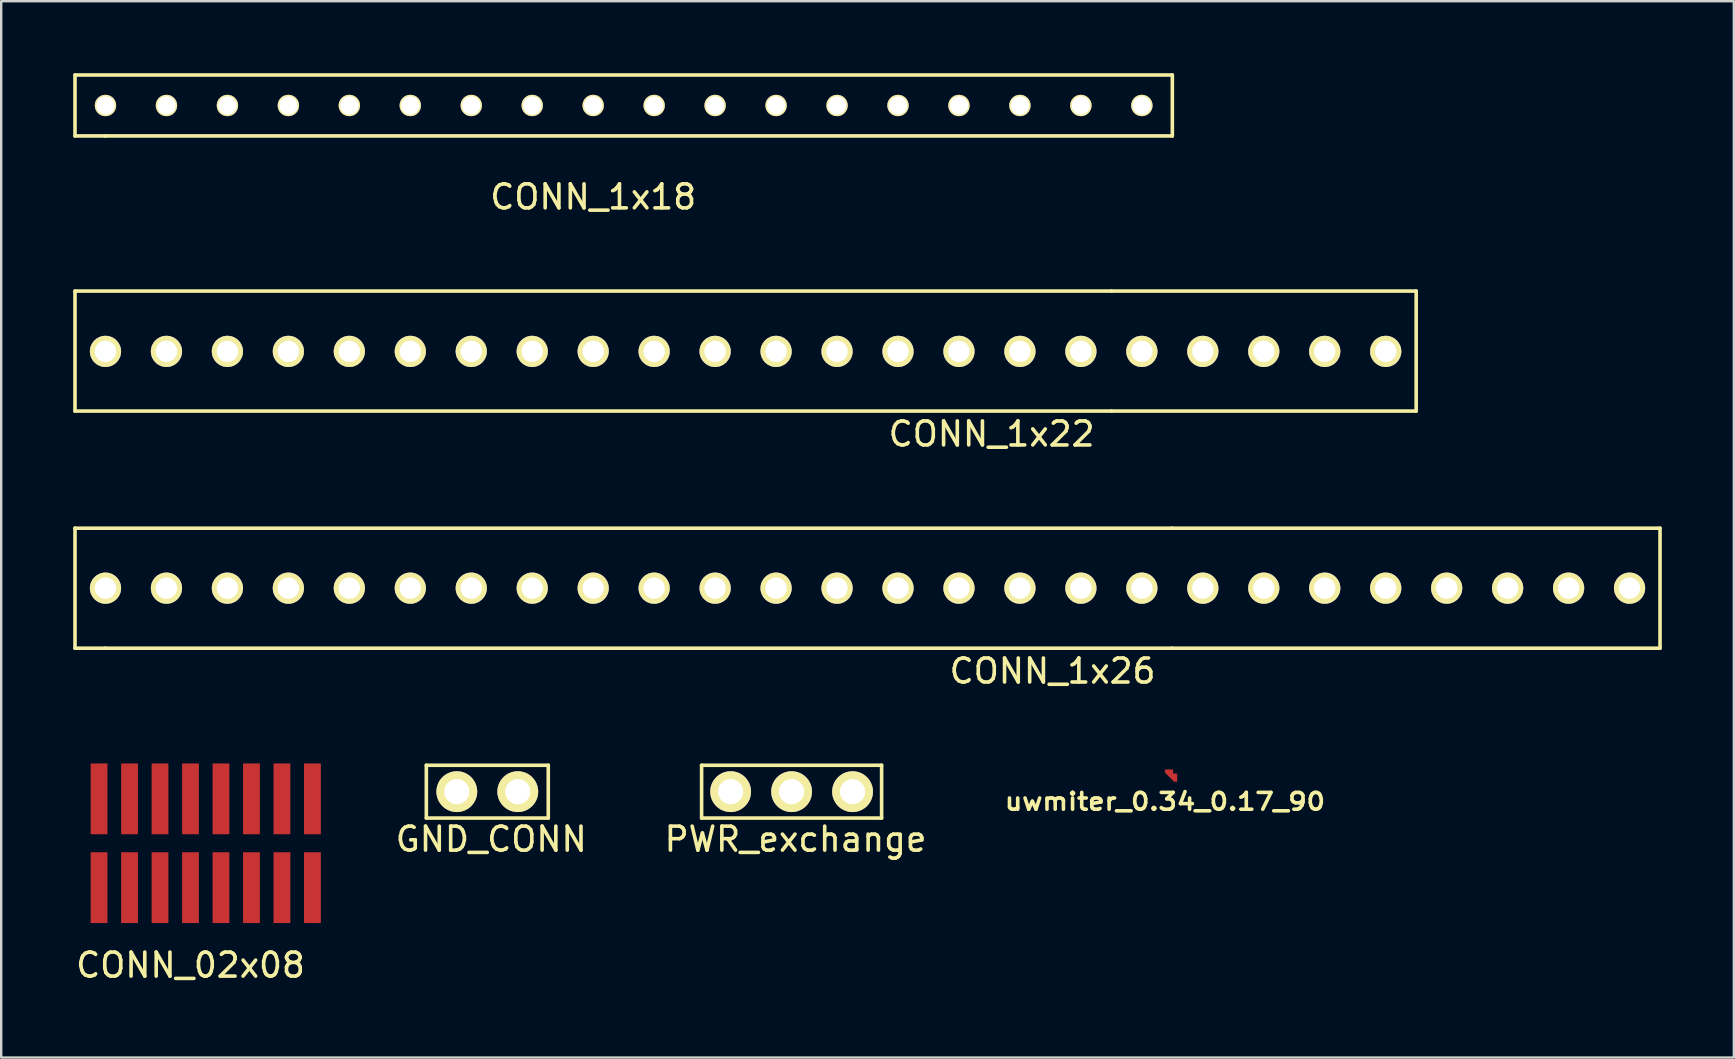
<source format=kicad_pcb>
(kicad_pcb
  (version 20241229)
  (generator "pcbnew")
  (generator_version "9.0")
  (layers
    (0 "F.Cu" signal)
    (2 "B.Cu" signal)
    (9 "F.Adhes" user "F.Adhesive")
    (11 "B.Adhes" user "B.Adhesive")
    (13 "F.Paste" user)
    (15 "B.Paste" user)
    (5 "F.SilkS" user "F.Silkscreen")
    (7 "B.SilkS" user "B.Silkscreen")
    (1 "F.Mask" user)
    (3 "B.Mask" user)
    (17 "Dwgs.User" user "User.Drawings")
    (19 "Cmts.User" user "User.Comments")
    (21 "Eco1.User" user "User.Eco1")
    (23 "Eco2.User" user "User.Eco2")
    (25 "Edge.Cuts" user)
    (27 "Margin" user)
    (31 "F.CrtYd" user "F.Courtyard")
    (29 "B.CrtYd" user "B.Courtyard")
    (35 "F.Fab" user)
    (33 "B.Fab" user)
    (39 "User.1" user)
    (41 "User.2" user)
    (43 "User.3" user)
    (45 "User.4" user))
  (footprint "PWR_exchange"
    (layer "F.Cu")
    (at 29.932 29.934)
    (property "Reference" "PWR_exchange" (at 0.165 1.981 0) (layer "F.SilkS") (effects (font (size 1 1) (thickness 0.15))))
    (attr through_hole)
    (fp_line (start -3.75 -1.1) (end 3.75 -1.1) (stroke (width 0.15) (type solid)) (layer "F.SilkS"))
    (fp_line (start -3.75 1.1) (end -3.75 -1.1) (stroke (width 0.15) (type solid)) (layer "F.SilkS"))
    (fp_line (start 3.75 -1.1) (end 3.75 1.1) (stroke (width 0.15) (type solid)) (layer "F.SilkS"))
    (fp_line (start 3.75 1.1) (end -3.75 1.1) (stroke (width 0.15) (type solid)) (layer "F.SilkS"))
    (pad "1" thru_hole circle (at -2.54 0) (size 1.7 1.7) (drill 1.05) (layers "*.Cu" "*.Mask" "F.SilkS"))
    (pad "2" thru_hole circle (at 0 0) (size 1.7 1.7) (drill 1.05) (layers "*.Cu" "*.Mask" "F.SilkS"))
    (pad "3" thru_hole circle (at 2.54 0) (size 1.7 1.7) (drill 1.05) (layers "*.Cu" "*.Mask" "F.SilkS")))
  (footprint "CONN_1x26"
    (layer "F.Cu")
    (at 30.555 21.456)
    (property "Reference" "CONN_1x26" (at 10.249 3.454 0) (layer "F.SilkS") (effects (font (size 1 1) (thickness 0.15))))
    (attr through_hole)
    (fp_line (start -30.48 -2.5) (end -30.48 2.5) (stroke (width 0.15) (type solid)) (layer "F.SilkS"))
    (fp_line (start -30.48 2.5) (end -29.21 2.5) (stroke (width 0.15) (type solid)) (layer "F.SilkS"))
    (fp_line (start -29.21 2.5) (end 15.24 2.5) (stroke (width 0.15) (type solid)) (layer "F.SilkS"))
    (fp_line (start 15.24 -2.5) (end -30.48 -2.5) (stroke (width 0.15) (type solid)) (layer "F.SilkS"))
    (fp_line (start 15.24 -2.5) (end 35.56 -2.5) (stroke (width 0.15) (type solid)) (layer "F.SilkS"))
    (fp_line (start 35.56 2.5) (end 15.24 2.5) (stroke (width 0.15) (type solid)) (layer "F.SilkS"))
    (fp_line (start 35.56 2.5) (end 35.56 -2.5) (stroke (width 0.15) (type solid)) (layer "F.SilkS"))
    (pad "1" thru_hole circle (at -29.21 0) (size 1.3 1.3) (drill 0.89) (layers "*.Cu" "*.Mask" "F.SilkS"))
    (pad "2" thru_hole circle (at -26.67 0) (size 1.3 1.3) (drill 0.89) (layers "*.Cu" "*.Mask" "F.SilkS"))
    (pad "3" thru_hole circle (at -24.13 0) (size 1.3 1.3) (drill 0.89) (layers "*.Cu" "*.Mask" "F.SilkS"))
    (pad "4" thru_hole circle (at -21.59 0) (size 1.3 1.3) (drill 0.89) (layers "*.Cu" "*.Mask" "F.SilkS"))
    (pad "5" thru_hole circle (at -19.05 0) (size 1.3 1.3) (drill 0.89) (layers "*.Cu" "*.Mask" "F.SilkS"))
    (pad "6" thru_hole circle (at -16.51 0) (size 1.3 1.3) (drill 0.89) (layers "*.Cu" "*.Mask" "F.SilkS"))
    (pad "7" thru_hole circle (at -13.97 0) (size 1.3 1.3) (drill 0.89) (layers "*.Cu" "*.Mask" "F.SilkS"))
    (pad "8" thru_hole circle (at -11.43 0) (size 1.3 1.3) (drill 0.89) (layers "*.Cu" "*.Mask" "F.SilkS"))
    (pad "9" thru_hole circle (at -8.89 0) (size 1.3 1.3) (drill 0.89) (layers "*.Cu" "*.Mask" "F.SilkS"))
    (pad "10" thru_hole circle (at -6.35 0) (size 1.3 1.3) (drill 0.89) (layers "*.Cu" "*.Mask" "F.SilkS"))
    (pad "11" thru_hole circle (at -3.81 0) (size 1.3 1.3) (drill 0.89) (layers "*.Cu" "*.Mask" "F.SilkS"))
    (pad "12" thru_hole circle (at -1.27 0) (size 1.3 1.3) (drill 0.89) (layers "*.Cu" "*.Mask" "F.SilkS"))
    (pad "13" thru_hole circle (at 1.27 0) (size 1.3 1.3) (drill 0.89) (layers "*.Cu" "*.Mask" "F.SilkS"))
    (pad "14" thru_hole circle (at 3.81 0) (size 1.3 1.3) (drill 0.89) (layers "*.Cu" "*.Mask" "F.SilkS"))
    (pad "15" thru_hole circle (at 6.35 0) (size 1.3 1.3) (drill 0.89) (layers "*.Cu" "*.Mask" "F.SilkS"))
    (pad "16" thru_hole circle (at 8.89 0) (size 1.3 1.3) (drill 0.89) (layers "*.Cu" "*.Mask" "F.SilkS"))
    (pad "17" thru_hole circle (at 11.43 0) (size 1.3 1.3) (drill 0.89) (layers "*.Cu" "*.Mask" "F.SilkS"))
    (pad "18" thru_hole circle (at 13.97 0) (size 1.3 1.3) (drill 0.89) (layers "*.Cu" "*.Mask" "F.SilkS"))
    (pad "19" thru_hole circle (at 16.51 0) (size 1.3 1.3) (drill 0.89) (layers "*.Cu" "*.Mask" "F.SilkS"))
    (pad "20" thru_hole circle (at 19.05 0) (size 1.3 1.3) (drill 0.89) (layers "*.Cu" "*.Mask" "F.SilkS"))
    (pad "21" thru_hole circle (at 21.59 0) (size 1.3 1.3) (drill 0.89) (layers "*.Cu" "*.Mask" "F.SilkS"))
    (pad "22" thru_hole circle (at 24.13 0) (size 1.3 1.3) (drill 0.89) (layers "*.Cu" "*.Mask" "F.SilkS"))
    (pad "23" thru_hole circle (at 26.67 0) (size 1.3 1.3) (drill 0.89) (layers "*.Cu" "*.Mask" "F.SilkS"))
    (pad "24" thru_hole circle (at 29.21 0) (size 1.3 1.3) (drill 0.89) (layers "*.Cu" "*.Mask" "F.SilkS"))
    (pad "25" thru_hole circle (at 31.75 0) (size 1.3 1.3) (drill 0.89) (layers "*.Cu" "*.Mask" "F.SilkS"))
    (pad "26" thru_hole circle (at 34.29 0) (size 1.3 1.3) (drill 0.89) (layers "*.Cu" "*.Mask" "F.SilkS")))
  (footprint "CONN_1x22"
    (layer "F.Cu")
    (at 28.015 11.578)
    (property "Reference" "CONN_1x22" (at 10.249 3.454 0) (layer "F.SilkS") (effects (font (size 1 1) (thickness 0.15))))
    (attr through_hole)
    (fp_line (start -27.94 -2.5) (end -27.94 2.5) (stroke (width 0.15) (type solid)) (layer "F.SilkS"))
    (fp_line (start -27.94 2.5) (end 15.24 2.5) (stroke (width 0.15) (type solid)) (layer "F.SilkS"))
    (fp_line (start 15.24 -2.5) (end -27.94 -2.5) (stroke (width 0.15) (type solid)) (layer "F.SilkS"))
    (fp_line (start 15.24 -2.5) (end 27.94 -2.5) (stroke (width 0.15) (type solid)) (layer "F.SilkS"))
    (fp_line (start 27.94 2.5) (end 15.24 2.5) (stroke (width 0.15) (type solid)) (layer "F.SilkS"))
    (fp_line (start 27.94 2.5) (end 27.94 -2.5) (stroke (width 0.15) (type solid)) (layer "F.SilkS"))
    (pad "1" thru_hole circle (at -26.67 0.013) (size 1.3 1.3) (drill 0.89) (layers "*.Cu" "*.Mask" "F.SilkS"))
    (pad "2" thru_hole circle (at -24.13 0.013) (size 1.3 1.3) (drill 0.89) (layers "*.Cu" "*.Mask" "F.SilkS"))
    (pad "3" thru_hole circle (at -21.59 0.013) (size 1.3 1.3) (drill 0.89) (layers "*.Cu" "*.Mask" "F.SilkS"))
    (pad "4" thru_hole circle (at -19.05 0.013) (size 1.3 1.3) (drill 0.89) (layers "*.Cu" "*.Mask" "F.SilkS"))
    (pad "5" thru_hole circle (at -16.51 0.013) (size 1.3 1.3) (drill 0.89) (layers "*.Cu" "*.Mask" "F.SilkS"))
    (pad "6" thru_hole circle (at -13.97 0.013) (size 1.3 1.3) (drill 0.89) (layers "*.Cu" "*.Mask" "F.SilkS"))
    (pad "7" thru_hole circle (at -11.43 0.013) (size 1.3 1.3) (drill 0.89) (layers "*.Cu" "*.Mask" "F.SilkS"))
    (pad "8" thru_hole circle (at -8.89 0.013) (size 1.3 1.3) (drill 0.89) (layers "*.Cu" "*.Mask" "F.SilkS"))
    (pad "9" thru_hole circle (at -6.35 0.013) (size 1.3 1.3) (drill 0.89) (layers "*.Cu" "*.Mask" "F.SilkS"))
    (pad "10" thru_hole circle (at -3.81 0.013) (size 1.3 1.3) (drill 0.89) (layers "*.Cu" "*.Mask" "F.SilkS"))
    (pad "11" thru_hole circle (at -1.27 0.013) (size 1.3 1.3) (drill 0.89) (layers "*.Cu" "*.Mask" "F.SilkS"))
    (pad "12" thru_hole circle (at 1.27 0.013) (size 1.3 1.3) (drill 0.89) (layers "*.Cu" "*.Mask" "F.SilkS"))
    (pad "13" thru_hole circle (at 3.81 0.013) (size 1.3 1.3) (drill 0.89) (layers "*.Cu" "*.Mask" "F.SilkS"))
    (pad "14" thru_hole circle (at 6.35 0.013) (size 1.3 1.3) (drill 0.89) (layers "*.Cu" "*.Mask" "F.SilkS"))
    (pad "15" thru_hole circle (at 8.89 0.013) (size 1.3 1.3) (drill 0.89) (layers "*.Cu" "*.Mask" "F.SilkS"))
    (pad "16" thru_hole circle (at 11.43 0.013) (size 1.3 1.3) (drill 0.89) (layers "*.Cu" "*.Mask" "F.SilkS"))
    (pad "17" thru_hole circle (at 13.97 0.013) (size 1.3 1.3) (drill 0.89) (layers "*.Cu" "*.Mask" "F.SilkS"))
    (pad "18" thru_hole circle (at 16.51 0.013) (size 1.3 1.3) (drill 0.89) (layers "*.Cu" "*.Mask" "F.SilkS"))
    (pad "19" thru_hole circle (at 19.05 0.013) (size 1.3 1.3) (drill 0.89) (layers "*.Cu" "*.Mask" "F.SilkS"))
    (pad "20" thru_hole circle (at 21.59 0.013) (size 1.3 1.3) (drill 0.89) (layers "*.Cu" "*.Mask" "F.SilkS"))
    (pad "21" thru_hole circle (at 24.13 0.013) (size 1.3 1.3) (drill 0.89) (layers "*.Cu" "*.Mask" "F.SilkS"))
    (pad "22" thru_hole circle (at 26.67 0.013) (size 1.3 1.3) (drill 0.89) (layers "*.Cu" "*.Mask" "F.SilkS")))
  (footprint "uwmiter_0.34_0.17_90"
    (layer "F.Cu")
    (at 45.486 29.009)
    (property "Reference" "uwmiter_0.34_0.17_90" (at 0 1.34 0) (layer "F.SilkS") (effects (font (size 0.7 0.8) (thickness 0.15))))
    (attr through_hole)
    (fp_poly (pts (xy 0 0) (xy 0.34 0) (xy 0.34 0.17) (xy 0.51 0.17) (xy 0.51 0.51) (xy 0.381 0.51) (xy 0 0.129) (xy 0 0)) (stroke (width 0) (type solid)) (fill yes) (layer "F.Cu")))
  (footprint "GND_CONN"
    (layer "F.Cu")
    (at 17.253 29.934)
    (property "Reference" "GND_CONN" (at 0.165 1.981 0) (layer "F.SilkS") (effects (font (size 1 1) (thickness 0.15))))
    (attr through_hole)
    (fp_line (start -2.54 -1.1) (end 2.54 -1.1) (stroke (width 0.15) (type solid)) (layer "F.SilkS"))
    (fp_line (start -2.54 1.1) (end -2.54 -1.1) (stroke (width 0.15) (type solid)) (layer "F.SilkS"))
    (fp_line (start 2.54 -1.1) (end 2.54 1.1) (stroke (width 0.15) (type solid)) (layer "F.SilkS"))
    (fp_line (start 2.54 1.1) (end -2.54 1.1) (stroke (width 0.15) (type solid)) (layer "F.SilkS"))
    (pad "1" thru_hole circle (at -1.27 0) (size 1.7 1.7) (drill 1.05) (layers "*.Cu" "*.Mask" "F.SilkS"))
    (pad "2" thru_hole circle (at 1.27 0) (size 1.7 1.7) (drill 1.05) (layers "*.Cu" "*.Mask" "F.SilkS")))
  (footprint "CONN_1x18"
    (layer "F.Cu")
    (at 21.665 1.345)
    (property "Reference" "CONN_1x18" (at 0 3.81 0) (layer "F.SilkS") (effects (font (size 1 1) (thickness 0.15))))
    (attr through_hole)
    (fp_line (start -21.59 -1.27) (end -21.59 1.27) (stroke (width 0.15) (type solid)) (layer "F.SilkS"))
    (fp_line (start -21.59 1.27) (end -20.32 1.27) (stroke (width 0.15) (type solid)) (layer "F.SilkS"))
    (fp_line (start -20.32 1.27) (end 24.13 1.27) (stroke (width 0.15) (type solid)) (layer "F.SilkS"))
    (fp_line (start 24.13 -1.27) (end -21.59 -1.27) (stroke (width 0.15) (type solid)) (layer "F.SilkS"))
    (fp_line (start 24.13 1.27) (end 24.13 -1.27) (stroke (width 0.15) (type solid)) (layer "F.SilkS"))
    (pad "1" thru_hole circle (at -20.32 0) (size 0.89 0.89) (drill 0.762) (layers "*.Cu" "*.Mask" "F.SilkS"))
    (pad "2" thru_hole circle (at -17.78 0) (size 0.89 0.89) (drill 0.762) (layers "*.Cu" "*.Mask" "F.SilkS"))
    (pad "3" thru_hole circle (at -15.24 0) (size 0.89 0.89) (drill 0.762) (layers "*.Cu" "*.Mask" "F.SilkS"))
    (pad "4" thru_hole circle (at -12.7 0) (size 0.89 0.89) (drill 0.762) (layers "*.Cu" "*.Mask" "F.SilkS"))
    (pad "5" thru_hole circle (at -10.16 0) (size 0.89 0.89) (drill 0.762) (layers "*.Cu" "*.Mask" "F.SilkS"))
    (pad "6" thru_hole circle (at -7.62 0) (size 0.89 0.89) (drill 0.762) (layers "*.Cu" "*.Mask" "F.SilkS"))
    (pad "7" thru_hole circle (at -5.08 0) (size 0.89 0.89) (drill 0.762) (layers "*.Cu" "*.Mask" "F.SilkS"))
    (pad "8" thru_hole circle (at -2.54 0) (size 0.89 0.89) (drill 0.762) (layers "*.Cu" "*.Mask" "F.SilkS"))
    (pad "9" thru_hole circle (at 0 0) (size 0.89 0.89) (drill 0.762) (layers "*.Cu" "*.Mask" "F.SilkS"))
    (pad "10" thru_hole circle (at 2.54 0) (size 0.89 0.89) (drill 0.762) (layers "*.Cu" "*.Mask" "F.SilkS"))
    (pad "11" thru_hole circle (at 5.08 0) (size 0.89 0.89) (drill 0.762) (layers "*.Cu" "*.Mask" "F.SilkS"))
    (pad "12" thru_hole circle (at 7.62 0) (size 0.89 0.89) (drill 0.762) (layers "*.Cu" "*.Mask" "F.SilkS"))
    (pad "13" thru_hole circle (at 10.16 0) (size 0.89 0.89) (drill 0.762) (layers "*.Cu" "*.Mask" "F.SilkS"))
    (pad "14" thru_hole circle (at 12.7 0) (size 0.89 0.89) (drill 0.762) (layers "*.Cu" "*.Mask" "F.SilkS"))
    (pad "15" thru_hole circle (at 15.24 0) (size 0.89 0.89) (drill 0.762) (layers "*.Cu" "*.Mask" "F.SilkS"))
    (pad "16" thru_hole circle (at 17.78 0) (size 0.89 0.89) (drill 0.762) (layers "*.Cu" "*.Mask" "F.SilkS"))
    (pad "17" thru_hole circle (at 20.32 0) (size 0.89 0.89) (drill 0.762) (layers "*.Cu" "*.Mask" "F.SilkS"))
    (pad "18" thru_hole circle (at 22.86 0) (size 0.89 0.89) (drill 0.762) (layers "*.Cu" "*.Mask" "F.SilkS")))
  (footprint "CONN_02x08"
    (layer "F.Cu")
    (at 4.887 32.084)
    (property "Reference" "CONN_02x08" (at 0 5.08 0) (layer "F.SilkS") (effects (font (size 1 1) (thickness 0.15))))
    (attr through_hole)
    (pad "1" smd rect (at -3.81 1.85) (size 0.7 2.95) (layers "F.Cu" "F.Mask" "F.Paste"))
    (pad "2" smd rect (at -3.81 -1.85) (size 0.7 2.95) (layers "F.Cu" "F.Mask" "F.Paste"))
    (pad "3" smd rect (at -2.54 1.85) (size 0.7 2.95) (layers "F.Cu" "F.Mask" "F.Paste"))
    (pad "4" smd rect (at -2.54 -1.85) (size 0.7 2.95) (layers "F.Cu" "F.Mask" "F.Paste"))
    (pad "5" smd rect (at -1.27 1.85) (size 0.7 2.95) (layers "F.Cu" "F.Mask" "F.Paste"))
    (pad "6" smd rect (at -1.27 -1.85) (size 0.7 2.95) (layers "F.Cu" "F.Mask" "F.Paste"))
    (pad "7" smd rect (at 0 1.85) (size 0.7 2.95) (layers "F.Cu" "F.Mask" "F.Paste"))
    (pad "8" smd rect (at 0 -1.85) (size 0.7 2.95) (layers "F.Cu" "F.Mask" "F.Paste"))
    (pad "9" smd rect (at 1.27 1.85) (size 0.7 2.95) (layers "F.Cu" "F.Mask" "F.Paste"))
    (pad "10" smd rect (at 1.27 -1.85) (size 0.7 2.95) (layers "F.Cu" "F.Mask" "F.Paste"))
    (pad "11" smd rect (at 2.54 1.85) (size 0.7 2.95) (layers "F.Cu" "F.Mask" "F.Paste"))
    (pad "12" smd rect (at 2.54 -1.85) (size 0.7 2.95) (layers "F.Cu" "F.Mask" "F.Paste"))
    (pad "13" smd rect (at 3.81 1.85) (size 0.7 2.95) (layers "F.Cu" "F.Mask" "F.Paste"))
    (pad "14" smd rect (at 3.81 -1.85) (size 0.7 2.95) (layers "F.Cu" "F.Mask" "F.Paste"))
    (pad "15" smd rect (at 5.08 1.85) (size 0.7 2.95) (layers "F.Cu" "F.Mask" "F.Paste"))
    (pad "16" smd rect (at 5.08 -1.85) (size 0.7 2.95) (layers "F.Cu" "F.Mask" "F.Paste")))
  (gr_rect
    (start -3 -3)
    (end 69.19 41.012)
    (stroke (width 0.1) (type default))
    (fill no)
    (layer "Edge.Cuts")))
</source>
